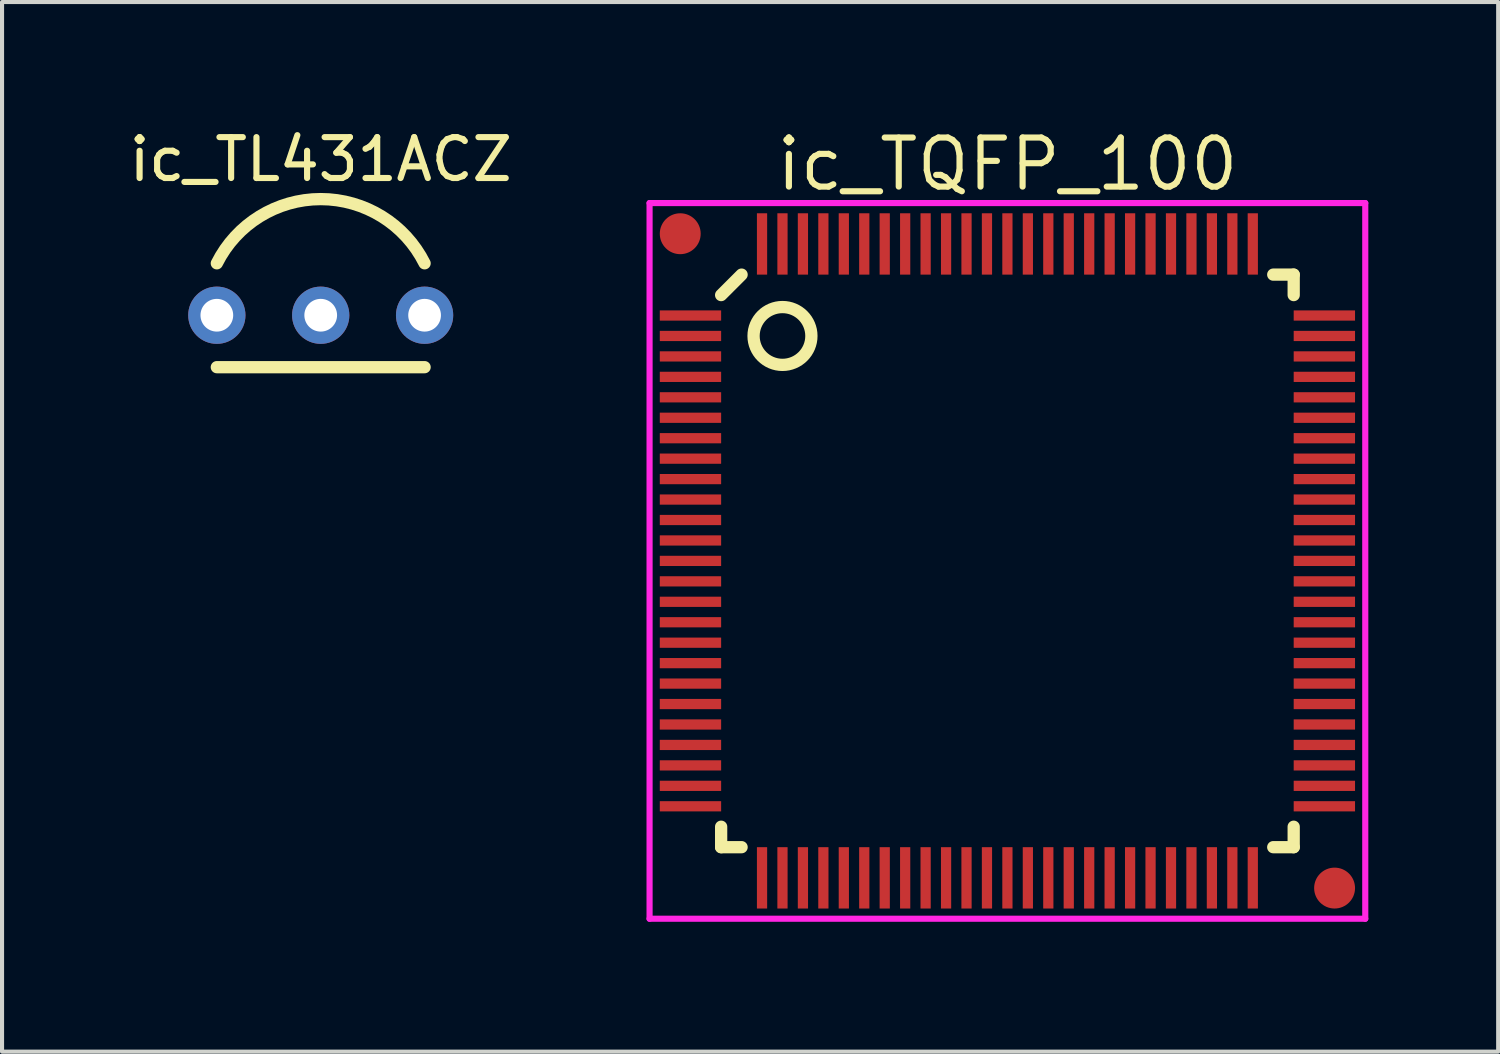
<source format=kicad_pcb>
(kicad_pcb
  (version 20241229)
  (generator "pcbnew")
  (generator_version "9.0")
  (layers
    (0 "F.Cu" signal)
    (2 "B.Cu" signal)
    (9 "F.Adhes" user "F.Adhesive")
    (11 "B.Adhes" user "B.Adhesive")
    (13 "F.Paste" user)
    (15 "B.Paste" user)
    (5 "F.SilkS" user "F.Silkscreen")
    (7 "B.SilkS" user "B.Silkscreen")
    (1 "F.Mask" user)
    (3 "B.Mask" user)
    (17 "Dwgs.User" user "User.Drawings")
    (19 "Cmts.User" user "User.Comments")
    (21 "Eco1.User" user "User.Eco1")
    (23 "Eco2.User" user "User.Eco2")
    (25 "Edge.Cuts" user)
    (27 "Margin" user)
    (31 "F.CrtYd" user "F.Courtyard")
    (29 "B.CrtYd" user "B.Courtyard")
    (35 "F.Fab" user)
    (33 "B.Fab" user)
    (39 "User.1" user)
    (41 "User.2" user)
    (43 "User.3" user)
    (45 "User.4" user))
  (footprint "ic_TQFP_100"
    (layer "F.Cu")
    (at 21.583 10.665)
    (property "Reference" "ic_TQFP_100" (at 0 -9.7 0) (layer "F.SilkS") (effects (font (size 1.2 1.2) (thickness 0.15))))
    (attr through_hole)
    (fp_line (start -7 -6.5) (end -6.5 -7) (stroke (width 0.3) (type solid)) (layer "F.SilkS"))
    (fp_line (start -7 7) (end -7 6.5) (stroke (width 0.3) (type solid)) (layer "F.SilkS"))
    (fp_line (start -6.5 7) (end -7 7) (stroke (width 0.3) (type solid)) (layer "F.SilkS"))
    (fp_line (start 6.5 -7) (end 7 -7) (stroke (width 0.3) (type solid)) (layer "F.SilkS"))
    (fp_line (start 6.5 7) (end 7 7) (stroke (width 0.3) (type solid)) (layer "F.SilkS"))
    (fp_line (start 7 -7) (end 7 -6.5) (stroke (width 0.3) (type solid)) (layer "F.SilkS"))
    (fp_line (start 7 7) (end 7 6.5) (stroke (width 0.3) (type solid)) (layer "F.SilkS"))
    (fp_circle (center -5.5 -5.5) (end -5 -5) (stroke (width 0.3) (type solid)) (fill no) (layer "F.SilkS"))
    (fp_line (start -8.75 -8.75) (end 8.75 -8.75) (stroke (width 0.15) (type solid)) (layer "F.CrtYd"))
    (fp_line (start -8.75 8.75) (end -8.75 -8.75) (stroke (width 0.15) (type solid)) (layer "F.CrtYd"))
    (fp_line (start 8.75 -8.75) (end 8.75 8.75) (stroke (width 0.15) (type solid)) (layer "F.CrtYd"))
    (fp_line (start 8.75 8.75) (end -8.75 8.75) (stroke (width 0.15) (type solid)) (layer "F.CrtYd"))
    (pad "" smd circle (at -8 -8) (size 2 2) (layers "F.Mask"))
    (pad "" smd circle (at 8 8) (size 2 2) (layers "F.Mask"))
    (pad "1" smd rect (at -7.75 -6 90) (size 0.25 1.5) (layers "F.Cu" "F.Mask" "F.Paste"))
    (pad "2" smd rect (at -7.75 -5.5 90) (size 0.25 1.5) (layers "F.Cu" "F.Mask" "F.Paste"))
    (pad "3" smd rect (at -7.75 -5 90) (size 0.25 1.5) (layers "F.Cu" "F.Mask" "F.Paste"))
    (pad "4" smd rect (at -7.75 -4.5 90) (size 0.25 1.5) (layers "F.Cu" "F.Mask" "F.Paste"))
    (pad "5" smd rect (at -7.75 -4 90) (size 0.25 1.5) (layers "F.Cu" "F.Mask" "F.Paste"))
    (pad "6" smd rect (at -7.75 -3.5 90) (size 0.25 1.5) (layers "F.Cu" "F.Mask" "F.Paste"))
    (pad "7" smd rect (at -7.75 -3 90) (size 0.25 1.5) (layers "F.Cu" "F.Mask" "F.Paste"))
    (pad "8" smd rect (at -7.75 -2.5 90) (size 0.25 1.5) (layers "F.Cu" "F.Mask" "F.Paste"))
    (pad "9" smd rect (at -7.75 -2 90) (size 0.25 1.5) (layers "F.Cu" "F.Mask" "F.Paste"))
    (pad "10" smd rect (at -7.75 -1.5 90) (size 0.25 1.5) (layers "F.Cu" "F.Mask" "F.Paste"))
    (pad "11" smd rect (at -7.75 -1 90) (size 0.25 1.5) (layers "F.Cu" "F.Mask" "F.Paste"))
    (pad "12" smd rect (at -7.75 -0.5 90) (size 0.25 1.5) (layers "F.Cu" "F.Mask" "F.Paste"))
    (pad "13" smd rect (at -7.75 0 90) (size 0.25 1.5) (layers "F.Cu" "F.Mask" "F.Paste"))
    (pad "14" smd rect (at -7.75 0.5 90) (size 0.25 1.5) (layers "F.Cu" "F.Mask" "F.Paste"))
    (pad "15" smd rect (at -7.75 1 90) (size 0.25 1.5) (layers "F.Cu" "F.Mask" "F.Paste"))
    (pad "16" smd rect (at -7.75 1.5 90) (size 0.25 1.5) (layers "F.Cu" "F.Mask" "F.Paste"))
    (pad "17" smd rect (at -7.75 2 90) (size 0.25 1.5) (layers "F.Cu" "F.Mask" "F.Paste"))
    (pad "18" smd rect (at -7.75 2.5 90) (size 0.25 1.5) (layers "F.Cu" "F.Mask" "F.Paste"))
    (pad "19" smd rect (at -7.75 3 90) (size 0.25 1.5) (layers "F.Cu" "F.Mask" "F.Paste"))
    (pad "20" smd rect (at -7.75 3.5 90) (size 0.25 1.5) (layers "F.Cu" "F.Mask" "F.Paste"))
    (pad "21" smd rect (at -7.75 4 90) (size 0.25 1.5) (layers "F.Cu" "F.Mask" "F.Paste"))
    (pad "22" smd rect (at -7.75 4.5 90) (size 0.25 1.5) (layers "F.Cu" "F.Mask" "F.Paste"))
    (pad "23" smd rect (at -7.75 5 90) (size 0.25 1.5) (layers "F.Cu" "F.Mask" "F.Paste"))
    (pad "24" smd rect (at -7.75 5.5 90) (size 0.25 1.5) (layers "F.Cu" "F.Mask" "F.Paste"))
    (pad "25" smd rect (at -7.75 6 90) (size 0.25 1.5) (layers "F.Cu" "F.Mask" "F.Paste"))
    (pad "26" smd rect (at -6 7.75) (size 0.25 1.5) (layers "F.Cu" "F.Mask" "F.Paste"))
    (pad "27" smd rect (at -5.5 7.75) (size 0.25 1.5) (layers "F.Cu" "F.Mask" "F.Paste"))
    (pad "28" smd rect (at -5 7.75) (size 0.25 1.5) (layers "F.Cu" "F.Mask" "F.Paste"))
    (pad "29" smd rect (at -4.5 7.75) (size 0.25 1.5) (layers "F.Cu" "F.Mask" "F.Paste"))
    (pad "30" smd rect (at -4 7.75) (size 0.25 1.5) (layers "F.Cu" "F.Mask" "F.Paste"))
    (pad "31" smd rect (at -3.5 7.75) (size 0.25 1.5) (layers "F.Cu" "F.Mask" "F.Paste"))
    (pad "32" smd rect (at -3 7.75) (size 0.25 1.5) (layers "F.Cu" "F.Mask" "F.Paste"))
    (pad "33" smd rect (at -2.5 7.75) (size 0.25 1.5) (layers "F.Cu" "F.Mask" "F.Paste"))
    (pad "34" smd rect (at -2 7.75) (size 0.25 1.5) (layers "F.Cu" "F.Mask" "F.Paste"))
    (pad "35" smd rect (at -1.5 7.75) (size 0.25 1.5) (layers "F.Cu" "F.Mask" "F.Paste"))
    (pad "36" smd rect (at -1 7.75) (size 0.25 1.5) (layers "F.Cu" "F.Mask" "F.Paste"))
    (pad "37" smd rect (at -0.5 7.75) (size 0.25 1.5) (layers "F.Cu" "F.Mask" "F.Paste"))
    (pad "38" smd rect (at 0 7.75) (size 0.25 1.5) (layers "F.Cu" "F.Mask" "F.Paste"))
    (pad "39" smd rect (at 0.5 7.75) (size 0.25 1.5) (layers "F.Cu" "F.Mask" "F.Paste"))
    (pad "40" smd rect (at 1 7.75) (size 0.25 1.5) (layers "F.Cu" "F.Mask" "F.Paste"))
    (pad "41" smd rect (at 1.5 7.75) (size 0.25 1.5) (layers "F.Cu" "F.Mask" "F.Paste"))
    (pad "42" smd rect (at 2 7.75) (size 0.25 1.5) (layers "F.Cu" "F.Mask" "F.Paste"))
    (pad "43" smd rect (at 2.5 7.75) (size 0.25 1.5) (layers "F.Cu" "F.Mask" "F.Paste"))
    (pad "44" smd rect (at 3 7.75) (size 0.25 1.5) (layers "F.Cu" "F.Mask" "F.Paste"))
    (pad "45" smd rect (at 3.5 7.75) (size 0.25 1.5) (layers "F.Cu" "F.Mask" "F.Paste"))
    (pad "46" smd rect (at 4 7.75) (size 0.25 1.5) (layers "F.Cu" "F.Mask" "F.Paste"))
    (pad "47" smd rect (at 4.5 7.75) (size 0.25 1.5) (layers "F.Cu" "F.Mask" "F.Paste"))
    (pad "48" smd rect (at 5 7.75) (size 0.25 1.5) (layers "F.Cu" "F.Mask" "F.Paste"))
    (pad "49" smd rect (at 5.5 7.75) (size 0.25 1.5) (layers "F.Cu" "F.Mask" "F.Paste"))
    (pad "50" smd rect (at 6 7.75) (size 0.25 1.5) (layers "F.Cu" "F.Mask" "F.Paste"))
    (pad "51" smd rect (at 7.75 6 90) (size 0.25 1.5) (layers "F.Cu" "F.Mask" "F.Paste"))
    (pad "52" smd rect (at 7.75 5.5 90) (size 0.25 1.5) (layers "F.Cu" "F.Mask" "F.Paste"))
    (pad "53" smd rect (at 7.75 5 90) (size 0.25 1.5) (layers "F.Cu" "F.Mask" "F.Paste"))
    (pad "54" smd rect (at 7.75 4.5 90) (size 0.25 1.5) (layers "F.Cu" "F.Mask" "F.Paste"))
    (pad "55" smd rect (at 7.75 4 90) (size 0.25 1.5) (layers "F.Cu" "F.Mask" "F.Paste"))
    (pad "56" smd rect (at 7.75 3.5 90) (size 0.25 1.5) (layers "F.Cu" "F.Mask" "F.Paste"))
    (pad "57" smd rect (at 7.75 3 90) (size 0.25 1.5) (layers "F.Cu" "F.Mask" "F.Paste"))
    (pad "58" smd rect (at 7.75 2.5 90) (size 0.25 1.5) (layers "F.Cu" "F.Mask" "F.Paste"))
    (pad "59" smd rect (at 7.75 2 90) (size 0.25 1.5) (layers "F.Cu" "F.Mask" "F.Paste"))
    (pad "60" smd rect (at 7.75 1.5 90) (size 0.25 1.5) (layers "F.Cu" "F.Mask" "F.Paste"))
    (pad "61" smd rect (at 7.75 1 90) (size 0.25 1.5) (layers "F.Cu" "F.Mask" "F.Paste"))
    (pad "62" smd rect (at 7.75 0.5 90) (size 0.25 1.5) (layers "F.Cu" "F.Mask" "F.Paste"))
    (pad "63" smd rect (at 7.75 0 90) (size 0.25 1.5) (layers "F.Cu" "F.Mask" "F.Paste"))
    (pad "64" smd rect (at 7.75 -0.5 90) (size 0.25 1.5) (layers "F.Cu" "F.Mask" "F.Paste"))
    (pad "65" smd rect (at 7.75 -1 90) (size 0.25 1.5) (layers "F.Cu" "F.Mask" "F.Paste"))
    (pad "66" smd rect (at 7.75 -1.5 90) (size 0.25 1.5) (layers "F.Cu" "F.Mask" "F.Paste"))
    (pad "67" smd rect (at 7.75 -2 90) (size 0.25 1.5) (layers "F.Cu" "F.Mask" "F.Paste"))
    (pad "68" smd rect (at 7.75 -2.5 90) (size 0.25 1.5) (layers "F.Cu" "F.Mask" "F.Paste"))
    (pad "69" smd rect (at 7.75 -3 90) (size 0.25 1.5) (layers "F.Cu" "F.Mask" "F.Paste"))
    (pad "70" smd rect (at 7.75 -3.5 90) (size 0.25 1.5) (layers "F.Cu" "F.Mask" "F.Paste"))
    (pad "71" smd rect (at 7.75 -4 90) (size 0.25 1.5) (layers "F.Cu" "F.Mask" "F.Paste"))
    (pad "72" smd rect (at 7.75 -4.5 90) (size 0.25 1.5) (layers "F.Cu" "F.Mask" "F.Paste"))
    (pad "73" smd rect (at 7.75 -5 90) (size 0.25 1.5) (layers "F.Cu" "F.Mask" "F.Paste"))
    (pad "74" smd rect (at 7.75 -5.5 90) (size 0.25 1.5) (layers "F.Cu" "F.Mask" "F.Paste"))
    (pad "75" smd rect (at 7.75 -6 90) (size 0.25 1.5) (layers "F.Cu" "F.Mask" "F.Paste"))
    (pad "76" smd rect (at 6 -7.75) (size 0.25 1.5) (layers "F.Cu" "F.Mask" "F.Paste"))
    (pad "77" smd rect (at 5.5 -7.75) (size 0.25 1.5) (layers "F.Cu" "F.Mask" "F.Paste"))
    (pad "78" smd rect (at 5 -7.75) (size 0.25 1.5) (layers "F.Cu" "F.Mask" "F.Paste"))
    (pad "79" smd rect (at 4.5 -7.75) (size 0.25 1.5) (layers "F.Cu" "F.Mask" "F.Paste"))
    (pad "80" smd rect (at 4 -7.75) (size 0.25 1.5) (layers "F.Cu" "F.Mask" "F.Paste"))
    (pad "81" smd rect (at 3.5 -7.75) (size 0.25 1.5) (layers "F.Cu" "F.Mask" "F.Paste"))
    (pad "82" smd rect (at 3 -7.75) (size 0.25 1.5) (layers "F.Cu" "F.Mask" "F.Paste"))
    (pad "83" smd rect (at 2.5 -7.75) (size 0.25 1.5) (layers "F.Cu" "F.Mask" "F.Paste"))
    (pad "84" smd rect (at 2 -7.75) (size 0.25 1.5) (layers "F.Cu" "F.Mask" "F.Paste"))
    (pad "85" smd rect (at 1.5 -7.75) (size 0.25 1.5) (layers "F.Cu" "F.Mask" "F.Paste"))
    (pad "86" smd rect (at 1 -7.75) (size 0.25 1.5) (layers "F.Cu" "F.Mask" "F.Paste"))
    (pad "87" smd rect (at 0.5 -7.75) (size 0.25 1.5) (layers "F.Cu" "F.Mask" "F.Paste"))
    (pad "88" smd rect (at 0 -7.75) (size 0.25 1.5) (layers "F.Cu" "F.Mask" "F.Paste"))
    (pad "89" smd rect (at -0.5 -7.75) (size 0.25 1.5) (layers "F.Cu" "F.Mask" "F.Paste"))
    (pad "90" smd rect (at -1 -7.75) (size 0.25 1.5) (layers "F.Cu" "F.Mask" "F.Paste"))
    (pad "91" smd rect (at -1.5 -7.75) (size 0.25 1.5) (layers "F.Cu" "F.Mask" "F.Paste"))
    (pad "92" smd rect (at -2 -7.75) (size 0.25 1.5) (layers "F.Cu" "F.Mask" "F.Paste"))
    (pad "93" smd rect (at -2.5 -7.75) (size 0.25 1.5) (layers "F.Cu" "F.Mask" "F.Paste"))
    (pad "94" smd rect (at -3 -7.75) (size 0.25 1.5) (layers "F.Cu" "F.Mask" "F.Paste"))
    (pad "95" smd rect (at -3.5 -7.75) (size 0.25 1.5) (layers "F.Cu" "F.Mask" "F.Paste"))
    (pad "96" smd rect (at -4 -7.75) (size 0.25 1.5) (layers "F.Cu" "F.Mask" "F.Paste"))
    (pad "97" smd rect (at -4.5 -7.75) (size 0.25 1.5) (layers "F.Cu" "F.Mask" "F.Paste"))
    (pad "98" smd rect (at -5 -7.75) (size 0.25 1.5) (layers "F.Cu" "F.Mask" "F.Paste"))
    (pad "99" smd rect (at -5.5 -7.75) (size 0.25 1.5) (layers "F.Cu" "F.Mask" "F.Paste"))
    (pad "100" smd rect (at -6 -7.75) (size 0.25 1.5) (layers "F.Cu" "F.Mask" "F.Paste"))
    (pad "101" smd circle (at -8 -8) (size 1 1) (layers "F.Cu" "F.Mask" "F.Paste"))
    (pad "102" smd circle (at 8 8) (size 1 1) (layers "F.Cu" "F.Mask" "F.Paste")))
  (footprint "ic_TL431ACZ"
    (layer "F.Cu")
    (at 4.792 4.658)
    (property "Reference" "ic_TL431ACZ" (at 0 -3.81 0) (layer "F.SilkS") (effects (font (size 1 1) (thickness 0.15))))
    (attr through_hole)
    (fp_line (start -2.54 1.27) (end 2.54 1.27) (stroke (width 0.3) (type solid)) (layer "F.SilkS"))
    (fp_arc (start -2.54 -1.27) (mid 0 -2.839806) (end 2.54 -1.27) (stroke (width 0.3) (type solid)) (layer "F.SilkS"))
    (pad "1" thru_hole circle (at 2.54 0) (size 1.4 1.4) (drill 0.8) (layers "*.Cu" "*.Mask"))
    (pad "3" thru_hole circle (at -2.54 0) (size 1.4 1.4) (drill 0.8) (layers "*.Cu" "*.Mask"))
    (pad "3" thru_hole circle (at 0 0) (size 1.4 1.4) (drill 0.8) (layers "*.Cu" "*.Mask")))
  (gr_rect
    (start -3 -3)
    (end 33.583 22.665)
    (stroke (width 0.1) (type default))
    (fill no)
    (layer "Edge.Cuts")))
</source>
